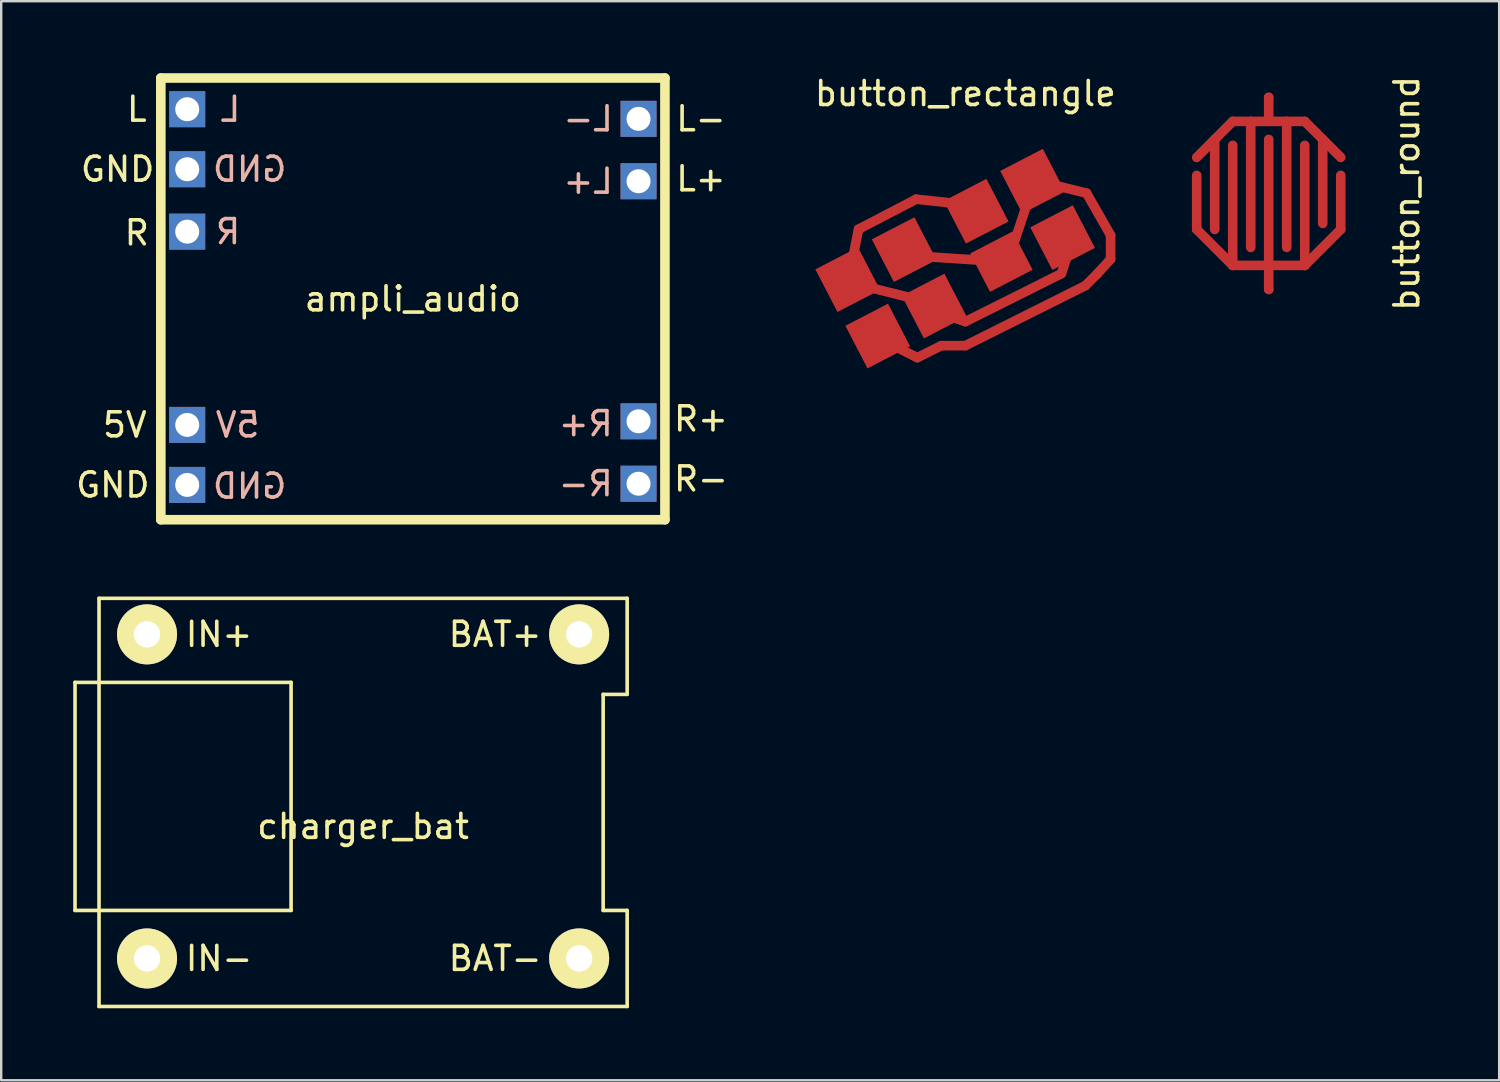
<source format=kicad_pcb>
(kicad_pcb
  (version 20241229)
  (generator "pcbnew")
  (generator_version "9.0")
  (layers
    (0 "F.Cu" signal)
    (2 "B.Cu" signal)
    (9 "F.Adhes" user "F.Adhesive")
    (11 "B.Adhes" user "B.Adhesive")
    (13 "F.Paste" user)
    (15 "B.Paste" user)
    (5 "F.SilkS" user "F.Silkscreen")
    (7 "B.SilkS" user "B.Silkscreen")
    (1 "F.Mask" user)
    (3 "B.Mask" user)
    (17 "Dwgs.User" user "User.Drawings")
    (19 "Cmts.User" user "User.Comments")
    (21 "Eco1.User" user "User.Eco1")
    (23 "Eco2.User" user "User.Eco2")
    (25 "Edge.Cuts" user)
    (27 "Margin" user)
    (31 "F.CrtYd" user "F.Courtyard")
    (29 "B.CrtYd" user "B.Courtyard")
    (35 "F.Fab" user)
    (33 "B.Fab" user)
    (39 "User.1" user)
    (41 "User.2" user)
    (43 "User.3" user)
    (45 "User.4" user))
  (footprint "ampli_audio"
    (layer "F.Cu")
    (at 14.149 9.4)
    (property "Reference" "ampli_audio" (at 0 0 0) (layer "F.SilkS") (effects (font (size 1 1) (thickness 0.15))))
    (attr through_hole)
    (fp_line (start -10.5 -9.2) (end 10.5 -9.2) (stroke (width 0.4) (type solid)) (layer "F.SilkS"))
    (fp_line (start -10.5 9.2) (end -10.5 -9.2) (stroke (width 0.4) (type solid)) (layer "F.SilkS"))
    (fp_line (start 10.5 -9.2) (end 10.5 9.2) (stroke (width 0.4) (type solid)) (layer "F.SilkS"))
    (fp_line (start 10.5 9.2) (end -10.5 9.2) (stroke (width 0.4) (type solid)) (layer "F.SilkS"))
    (fp_text user "L" (at -11.5 -7.9 180) (layer "F.SilkS") (effects (font (size 1 1) (thickness 0.15))))
    (fp_text user "R-" (at 12 7.5 0) (layer "F.SilkS") (effects (font (size 1 1) (thickness 0.15))))
    (fp_text user "L+" (at 12 -5 0) (layer "F.SilkS") (effects (font (size 1 1) (thickness 0.15))))
    (fp_text user "R+" (at 12 5 0) (layer "F.SilkS") (effects (font (size 1 1) (thickness 0.15))))
    (fp_text user "L-" (at 12 -7.5 0) (layer "F.SilkS") (effects (font (size 1 1) (thickness 0.15))))
    (fp_text user "GND" (at -12.3 -5.4 0) (layer "F.SilkS") (effects (font (size 1 1) (thickness 0.15))))
    (fp_text user "GND" (at -12.5 7.75 0) (layer "F.SilkS") (effects (font (size 1 1) (thickness 0.15))))
    (fp_text user "R" (at -11.5 -2.75 0) (layer "F.SilkS") (effects (font (size 1 1) (thickness 0.15))))
    (fp_text user "5V" (at -12 5.25 0) (layer "F.SilkS") (effects (font (size 1 1) (thickness 0.15))))
    (fp_text user "L" (at -7.6 -7.9 180) (layer "B.SilkS") (effects (font (size 1 1) (thickness 0.15)) (justify mirror)))
    (fp_text user "5V" (at -7.3 5.25 0) (layer "B.SilkS") (effects (font (size 1 1) (thickness 0.15)) (justify mirror)))
    (fp_text user "R-" (at 7.2 7.7 0) (layer "B.SilkS") (effects (font (size 1 1) (thickness 0.15)) (justify mirror)))
    (fp_text user "R+" (at 7.2 5.2 0) (layer "B.SilkS") (effects (font (size 1 1) (thickness 0.15)) (justify mirror)))
    (fp_text user "L-" (at 7.3 -7.5 0) (layer "B.SilkS") (effects (font (size 1 1) (thickness 0.15)) (justify mirror)))
    (fp_text user "GND" (at -6.8 -5.4 0) (layer "B.SilkS") (effects (font (size 1 1) (thickness 0.15)) (justify mirror)))
    (fp_text user "GND" (at -6.8 7.8 0) (layer "B.SilkS") (effects (font (size 1 1) (thickness 0.15)) (justify mirror)))
    (fp_text user "L+" (at 7.3 -4.9 0) (layer "B.SilkS") (effects (font (size 1 1) (thickness 0.15)) (justify mirror)))
    (fp_text user "R" (at -7.7 -2.8 0) (layer "B.SilkS") (effects (font (size 1 1) (thickness 0.15)) (justify mirror)))
    (pad "1" thru_hole rect (at -9.4 -7.9) (size 1.5 1.5) (drill 1) (layers "*.Cu" "*.Mask"))
    (pad "2" thru_hole rect (at -9.4 -5.4) (size 1.5 1.5) (drill 1) (layers "*.Cu" "*.Mask"))
    (pad "3" thru_hole rect (at -9.4 -2.8) (size 1.5 1.5) (drill 1) (layers "*.Cu" "*.Mask"))
    (pad "4" thru_hole rect (at -9.4 5.25) (size 1.5 1.5) (drill 1) (layers "*.Cu" "*.Mask"))
    (pad "5" thru_hole rect (at -9.4 7.75) (size 1.5 1.5) (drill 1) (layers "*.Cu" "*.Mask"))
    (pad "6" thru_hole rect (at 9.4 -7.5) (size 1.5 1.5) (drill 1) (layers "*.Cu" "*.Mask"))
    (pad "7" thru_hole rect (at 9.4 -4.9) (size 1.5 1.5) (drill 1) (layers "*.Cu" "*.Mask"))
    (pad "8" thru_hole rect (at 9.4 5.1) (size 1.5 1.5) (drill 1) (layers "*.Cu" "*.Mask"))
    (pad "9" thru_hole rect (at 9.4 7.7) (size 1.5 1.5) (drill 1) (layers "*.Cu" "*.Mask")))
  (footprint "charger_bat"
    (layer "F.Cu")
    (at 12.075 30.375)
    (property "Reference" "charger_bat" (at 0 1 0) (layer "F.SilkS") (effects (font (size 1 1) (thickness 0.15))))
    (attr through_hole)
    (fp_line (start -12 -5) (end -3 -5) (stroke (width 0.15) (type solid)) (layer "F.SilkS"))
    (fp_line (start -12 4.5) (end -12 -5) (stroke (width 0.15) (type solid)) (layer "F.SilkS"))
    (fp_line (start -11 -8.5) (end 11 -8.5) (stroke (width 0.15) (type solid)) (layer "F.SilkS"))
    (fp_line (start -11 8.5) (end -11 -8.5) (stroke (width 0.15) (type solid)) (layer "F.SilkS"))
    (fp_line (start -3 -5) (end -3 4.5) (stroke (width 0.15) (type solid)) (layer "F.SilkS"))
    (fp_line (start -3 4.5) (end -12 4.5) (stroke (width 0.15) (type solid)) (layer "F.SilkS"))
    (fp_line (start 10 -4.5) (end 10 4.5) (stroke (width 0.15) (type solid)) (layer "F.SilkS"))
    (fp_line (start 10 -4.5) (end 11 -4.5) (stroke (width 0.15) (type solid)) (layer "F.SilkS"))
    (fp_line (start 11 -4.5) (end 11 -8.5) (stroke (width 0.15) (type solid)) (layer "F.SilkS"))
    (fp_line (start 11 4.5) (end 10 4.5) (stroke (width 0.15) (type solid)) (layer "F.SilkS"))
    (fp_line (start 11 8.5) (end -11 8.5) (stroke (width 0.15) (type solid)) (layer "F.SilkS"))
    (fp_line (start 11 8.5) (end 11 4.5) (stroke (width 0.15) (type solid)) (layer "F.SilkS"))
    (fp_text user "IN+" (at -6 -7 0) (layer "F.SilkS") (effects (font (size 1 1) (thickness 0.15))))
    (fp_text user "IN-" (at -6 6.5 0) (layer "F.SilkS") (effects (font (size 1 1) (thickness 0.15))))
    (fp_text user "BAT-" (at 5.5 6.5 0) (layer "F.SilkS") (effects (font (size 1 1) (thickness 0.15))))
    (fp_text user "BAT+" (at 5.5 -7 0) (layer "F.SilkS") (effects (font (size 1 1) (thickness 0.15))))
    (pad "1" thru_hole circle (at 9 -7) (size 2.5 2.5) (drill 1.1) (layers "*.Cu" "*.Mask" "F.SilkS"))
    (pad "2" thru_hole circle (at 9 6.5) (size 2.5 2.5) (drill 1.1) (layers "*.Cu" "*.Mask" "F.SilkS"))
    (pad "3" thru_hole circle (at -9 6.5) (size 2.5 2.5) (drill 1.1) (layers "*.Cu" "*.Mask" "F.SilkS"))
    (pad "4" thru_hole circle (at -9 -7) (size 2.5 2.5) (drill 1.1) (layers "*.Cu" "*.Mask" "F.SilkS")))
  (footprint "button_round"
    (layer "F.Cu")
    (at 49.8 5.006)
    (property "Reference" "button_round" (at 5.75 0 90) (layer "F.SilkS") (effects (font (size 1 1) (thickness 0.15))))
    (attr through_hole)
    (fp_line (start -3 -0.75) (end -3 1.5) (stroke (width 0.4) (type solid)) (layer "F.Cu"))
    (fp_line (start -2.25 -2.25) (end -2.25 1.5) (stroke (width 0.4) (type solid)) (layer "F.Cu"))
    (fp_line (start -1.5 -3) (end -3 -1.5) (stroke (width 0.4) (type solid)) (layer "F.Cu"))
    (fp_line (start -1.5 -3) (end 1.5 -3) (stroke (width 0.4) (type solid)) (layer "F.Cu"))
    (fp_line (start -1.5 -2) (end -1.5 3) (stroke (width 0.4) (type solid)) (layer "F.Cu"))
    (fp_line (start -1.5 3) (end -3 1.5) (stroke (width 0.4) (type solid)) (layer "F.Cu"))
    (fp_line (start -1.5 3) (end 1.5 3) (stroke (width 0.4) (type solid)) (layer "F.Cu"))
    (fp_line (start -0.75 -3) (end -0.75 2.25) (stroke (width 0.4) (type solid)) (layer "F.Cu"))
    (fp_line (start 0 -3) (end 0 -4) (stroke (width 0.4) (type solid)) (layer "F.Cu"))
    (fp_line (start 0 -2.25) (end 0 3) (stroke (width 0.4) (type solid)) (layer "F.Cu"))
    (fp_line (start 0 4) (end 0 3) (stroke (width 0.4) (type solid)) (layer "F.Cu"))
    (fp_line (start 0.75 -3) (end 0.75 2.25) (stroke (width 0.4) (type solid)) (layer "F.Cu"))
    (fp_line (start 1.5 -3) (end 3 -1.5) (stroke (width 0.4) (type solid)) (layer "F.Cu"))
    (fp_line (start 1.5 -2) (end 1.5 3) (stroke (width 0.4) (type solid)) (layer "F.Cu"))
    (fp_line (start 1.5 3) (end 3 1.5) (stroke (width 0.4) (type solid)) (layer "F.Cu"))
    (fp_line (start 2.25 -2.25) (end 2.25 1.25) (stroke (width 0.4) (type solid)) (layer "F.Cu"))
    (fp_line (start 3 -0.75) (end 3 1.5) (stroke (width 0.4) (type solid)) (layer "F.Cu"))
    (pad "" smd oval (at 0 0) (size 6.5 7.25) (layers "F.Mask"))
    (pad "1" smd circle (at 0 -4) (size 0.4 0.4) (layers "F.Cu"))
    (pad "2" smd circle (at 0 4) (size 0.4 0.4) (layers "F.Cu")))
  (footprint "button_rectangle"
    (layer "F.Cu")
    (at 37.163 7.848)
    (property "Reference" "button_rectangle" (at 0 -7 0) (layer "F.SilkS") (effects (font (size 1 1) (thickness 0.15))))
    (attr through_hole)
    (fp_line (start -4.7 -0.1) (end -4.45 -1.35) (stroke (width 0.4) (type solid)) (layer "F.Cu"))
    (fp_line (start -4.7 0.9) (end -1.7 1.65) (stroke (width 0.4) (type solid)) (layer "F.Cu"))
    (fp_line (start -4.45 -1.35) (end -2.05 -2.6) (stroke (width 0.4) (type solid)) (layer "F.Cu"))
    (fp_line (start -3.2 3.4) (end -2 4) (stroke (width 0.4) (type solid)) (layer "F.Cu"))
    (fp_line (start -2.05 -2.6) (end 0.3 -2.35) (stroke (width 0.4) (type solid)) (layer "F.Cu"))
    (fp_line (start -2 4) (end -1 3.5) (stroke (width 0.4) (type solid)) (layer "F.Cu"))
    (fp_line (start -1.55 -0.2) (end 0.75 -0.05) (stroke (width 0.4) (type solid)) (layer "F.Cu"))
    (fp_line (start -1.5 2) (end 0 2.5) (stroke (width 0.4) (type solid)) (layer "F.Cu"))
    (fp_line (start -1 3.5) (end 0 3.5) (stroke (width 0.4) (type solid)) (layer "F.Cu"))
    (fp_line (start 0 2.5) (end 4 0.5) (stroke (width 0.4) (type solid)) (layer "F.Cu"))
    (fp_line (start 0 3.5) (end 5 1) (stroke (width 0.4) (type solid)) (layer "F.Cu"))
    (fp_line (start 2.05 -0.85) (end 2.55 -2.35) (stroke (width 0.4) (type solid)) (layer "F.Cu"))
    (fp_line (start 4 0.5) (end 4.5 -1) (stroke (width 0.4) (type solid)) (layer "F.Cu"))
    (fp_line (start 5 1) (end 5.5 0.5) (stroke (width 0.4) (type solid)) (layer "F.Cu"))
    (fp_line (start 5.05 -2.85) (end 3.05 -3.35) (stroke (width 0.4) (type solid)) (layer "F.Cu"))
    (fp_line (start 5.5 0.5) (end 6.05 -0.1) (stroke (width 0.4) (type solid)) (layer "F.Cu"))
    (fp_line (start 6.05 -1.1) (end 5.05 -2.85) (stroke (width 0.4) (type solid)) (layer "F.Cu"))
    (fp_line (start 6.05 -0.1) (end 6.05 -1.1) (stroke (width 0.4) (type solid)) (layer "F.Cu"))
    (pad "" smd rect (at -4.9 0.75 27.4) (size 2 2) (layers "F.Cu"))
    (pad "" smd rect (at -3.65 3.1 27.4) (size 2 2) (layers "F.Cu"))
    (pad "" smd rect (at -2.55 -0.5 27.4) (size 2 2) (layers "F.Cu"))
    (pad "" smd rect (at -1.3 1.85 27.4) (size 2 2) (layers "F.Cu"))
    (pad "" smd rect (at -0.4 -0.1 27.4) (size 11.5 5.5) (layers "F.Mask"))
    (pad "" smd rect (at 1.5 0 27.4) (size 2 1.8) (layers "F.Cu"))
    (pad "" smd rect (at 4.05 -1 27.4) (size 2 2) (layers "F.Cu"))
    (pad "1" smd rect (at 2.8 -3.35 27.4) (size 2 2) (layers "F.Cu"))
    (pad "2" smd rect (at 0.45 -2.1 27.4) (size 2 2) (layers "F.Cu")))
  (gr_rect
    (start -3 -3)
    (end 59.399 41.95)
    (stroke (width 0.1) (type default))
    (fill no)
    (layer "Edge.Cuts")))
</source>
